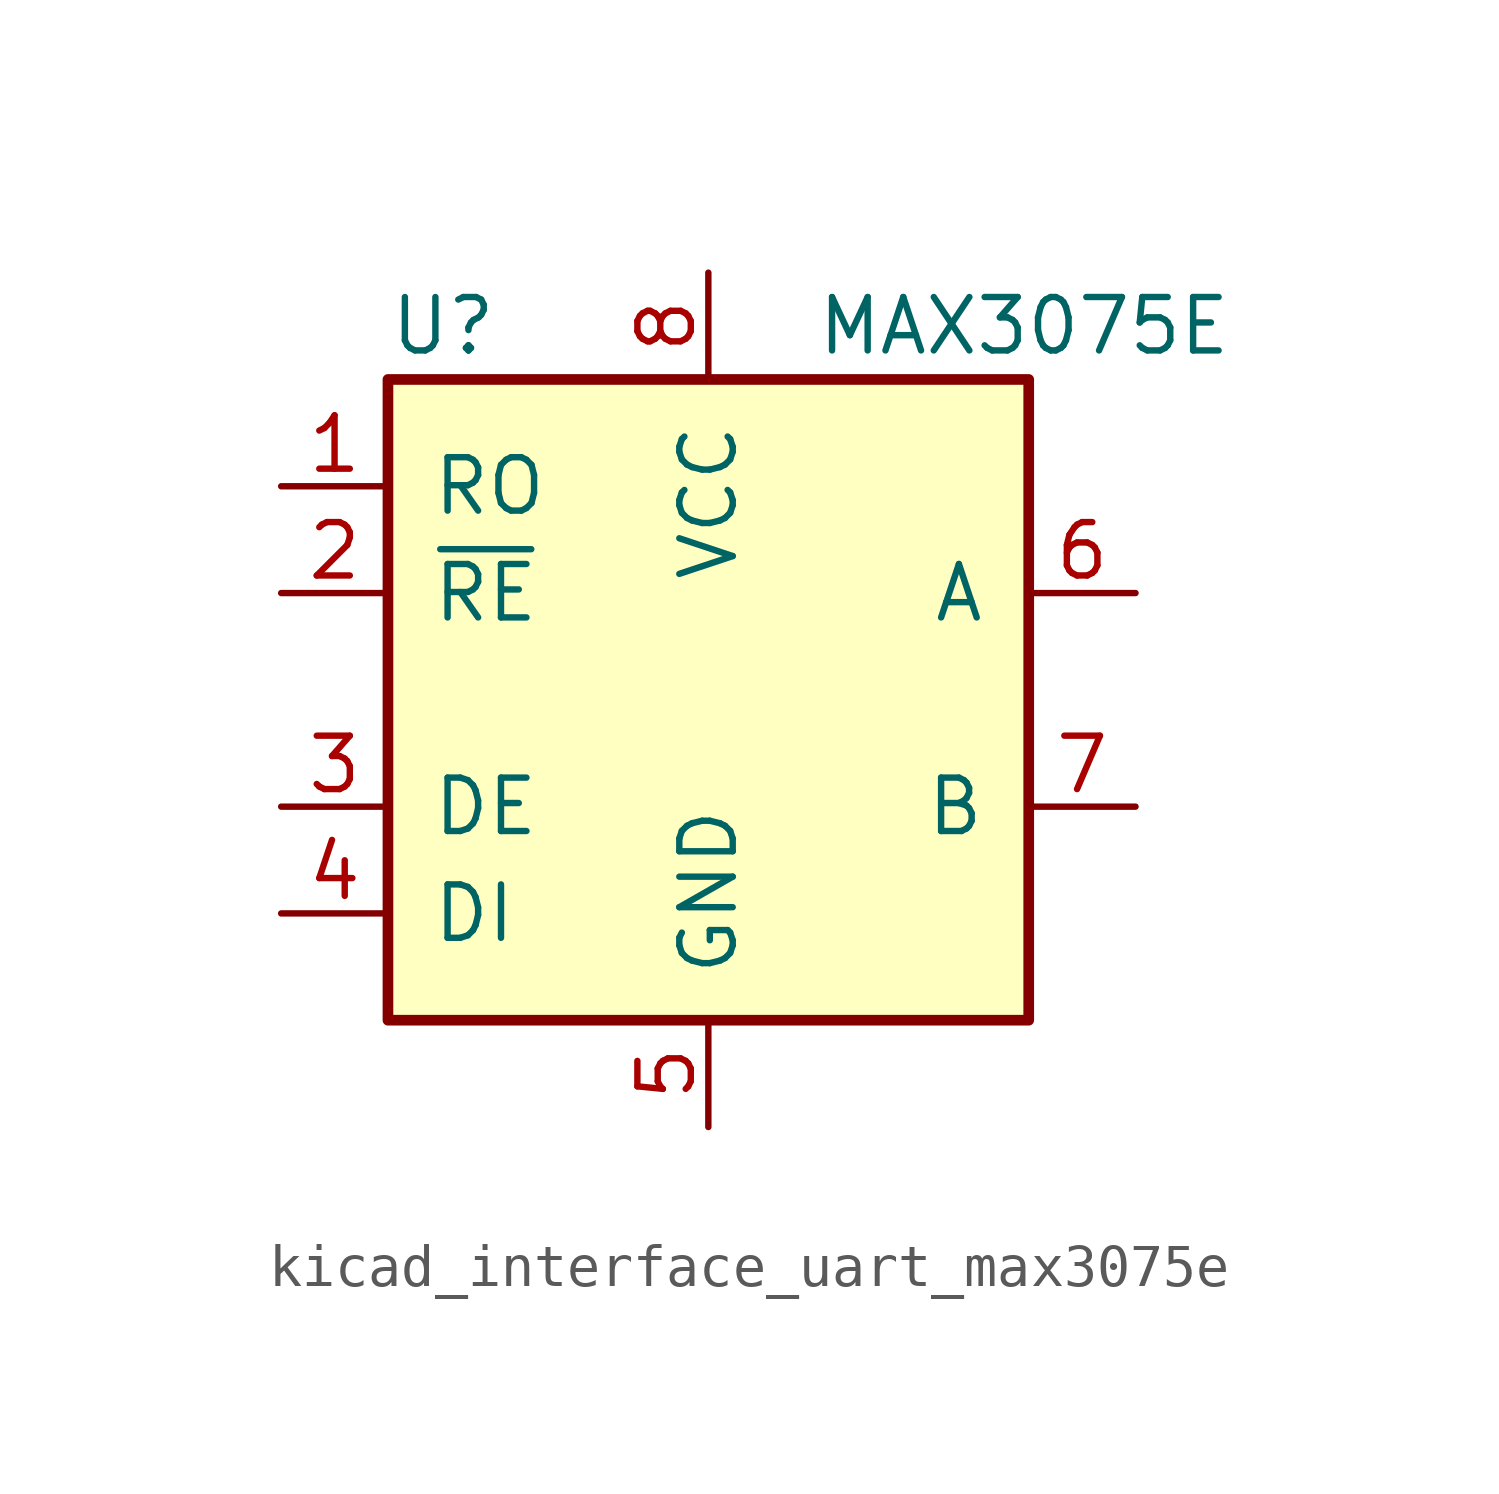
<source format=kicad_sym>
(kicad_symbol_lib
  (version 20220914)
  (generator kicad_symbol_editor)
  (symbol "kicad_interface_uart_max3075e"
    (pin_names
      (offset 1.016))
    (property "Reference" "U"
      (at -7.62 8.89 0)
      (effects (font (size 1.27 1.27)) (justify left)))
    (property "Value" "MAX3075E"
      (at 2.54 8.89 0)
      (effects (font (size 1.27 1.27)) (justify left)))
    (symbol "kicad_interface_uart_max3075e_0_1"
      (rectangle (start -7.62 7.62) (end 7.62 -7.62) (stroke (width 0.254) (type default)) (fill (type background))))
    (symbol "kicad_interface_uart_max3075e_1_1"
      (pin output line (at -10.16 5.08 0) (length 2.54) (name "RO" (effects (font (size 1.27 1.27)))) (number "1" (effects (font (size 1.27 1.27)))))
      (pin input line (at -10.16 2.54 0) (length 2.54) (name "~{RE}" (effects (font (size 1.27 1.27)))) (number "2" (effects (font (size 1.27 1.27)))))
      (pin input line (at -10.16 -2.54 0) (length 2.54) (name "DE" (effects (font (size 1.27 1.27)))) (number "3" (effects (font (size 1.27 1.27)))))
      (pin input line (at -10.16 -5.08 0) (length 2.54) (name "DI" (effects (font (size 1.27 1.27)))) (number "4" (effects (font (size 1.27 1.27)))))
      (pin power_in line (at 0 -10.16 90) (length 2.54) (name "GND" (effects (font (size 1.27 1.27)))) (number "5" (effects (font (size 1.27 1.27)))))
      (pin bidirectional line (at 10.16 2.54 180) (length 2.54) (name "A" (effects (font (size 1.27 1.27)))) (number "6" (effects (font (size 1.27 1.27)))))
      (pin bidirectional line (at 10.16 -2.54 180) (length 2.54) (name "B" (effects (font (size 1.27 1.27)))) (number "7" (effects (font (size 1.27 1.27)))))
      (pin power_in line (at 0 10.16 270) (length 2.54) (name "VCC" (effects (font (size 1.27 1.27)))) (number "8" (effects (font (size 1.27 1.27))))))))
</source>
